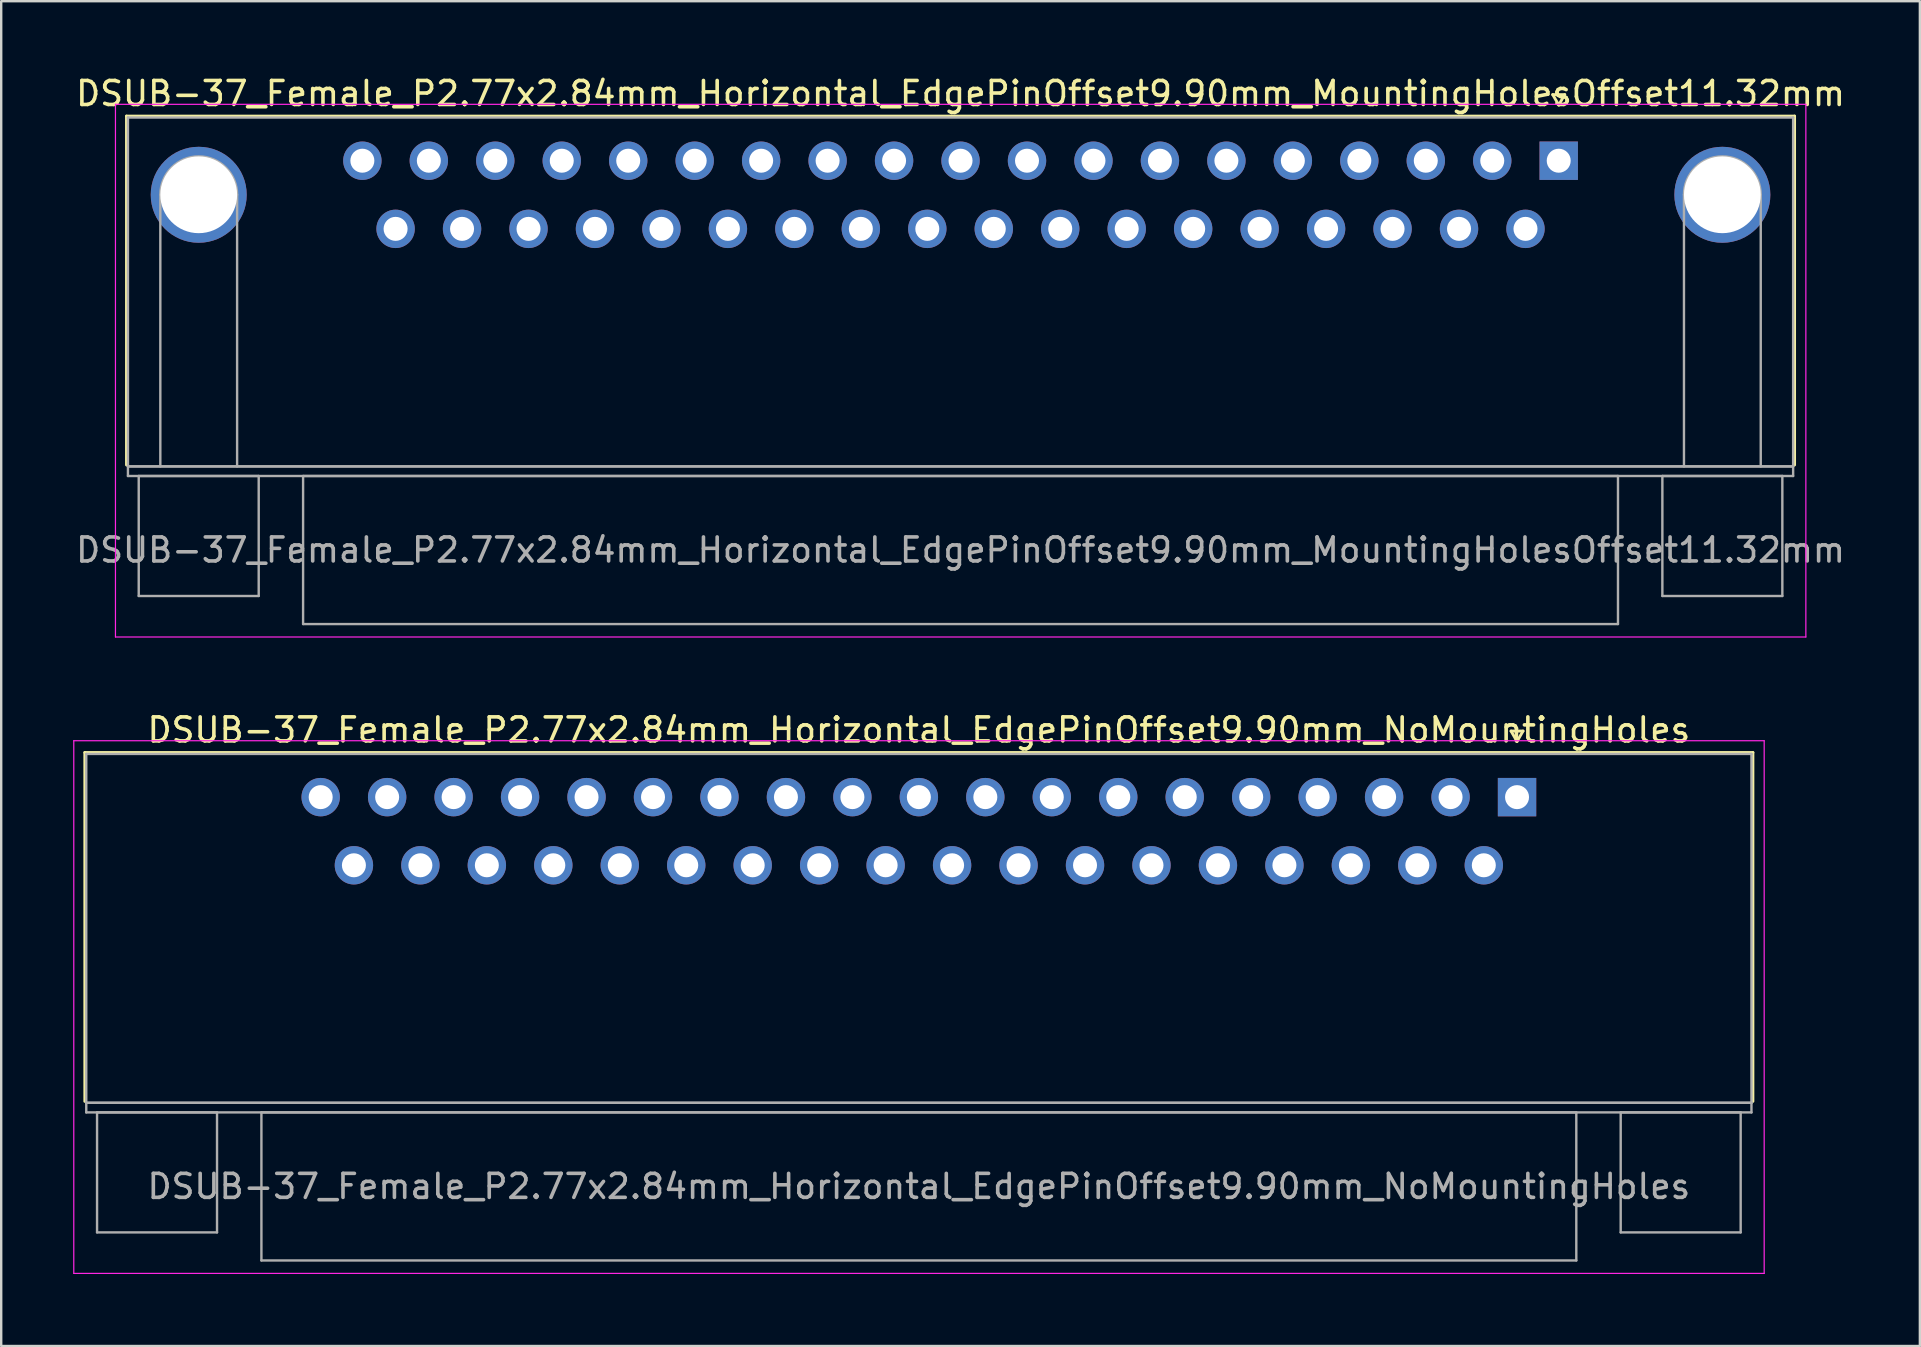
<source format=kicad_pcb>
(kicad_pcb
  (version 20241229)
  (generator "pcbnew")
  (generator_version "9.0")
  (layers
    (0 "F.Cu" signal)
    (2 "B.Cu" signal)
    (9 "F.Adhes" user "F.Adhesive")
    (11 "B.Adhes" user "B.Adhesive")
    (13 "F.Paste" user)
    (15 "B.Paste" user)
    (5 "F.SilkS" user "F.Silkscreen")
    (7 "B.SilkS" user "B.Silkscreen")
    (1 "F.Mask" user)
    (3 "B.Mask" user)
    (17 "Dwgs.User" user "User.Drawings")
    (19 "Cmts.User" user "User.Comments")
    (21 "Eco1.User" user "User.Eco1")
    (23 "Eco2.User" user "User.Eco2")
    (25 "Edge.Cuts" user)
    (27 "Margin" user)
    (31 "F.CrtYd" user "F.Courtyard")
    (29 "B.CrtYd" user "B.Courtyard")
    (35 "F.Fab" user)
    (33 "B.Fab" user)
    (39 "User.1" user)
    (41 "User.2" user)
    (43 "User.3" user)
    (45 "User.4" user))
  (footprint "DSUB-37_Female_P2.77x2.84mm_Horizontal_EdgePinOffset9.90mm_MountingHolesOffset11.32mm"
    (layer "F.Cu")
    (at 61.912 3.648)
    (property "Reference" "DSUB-37_Female_P2.77x2.84mm_Horizontal_EdgePinOffset9.90mm_MountingHolesOffset11.32mm" (at -24.93 -2.8 0) (layer "F.SilkS") (effects (font (size 1 1) (thickness 0.15))))
    (attr through_hole)
    (fp_line (start -59.69 -1.86) (end 9.83 -1.86) (stroke (width 0.12) (type solid)) (layer "F.SilkS"))
    (fp_line (start -59.69 12.68) (end -59.69 -1.86) (stroke (width 0.12) (type solid)) (layer "F.SilkS"))
    (fp_line (start -0.25 -2.754) (end 0.25 -2.754) (stroke (width 0.12) (type solid)) (layer "F.SilkS"))
    (fp_line (start 0 -2.321) (end -0.25 -2.754) (stroke (width 0.12) (type solid)) (layer "F.SilkS"))
    (fp_line (start 0.25 -2.754) (end 0 -2.321) (stroke (width 0.12) (type solid)) (layer "F.SilkS"))
    (fp_line (start 9.83 -1.86) (end 9.83 12.68) (stroke (width 0.12) (type solid)) (layer "F.SilkS"))
    (fp_line (start -60.15 -2.35) (end -60.15 19.85) (stroke (width 0.05) (type solid)) (layer "F.CrtYd"))
    (fp_line (start -60.15 19.85) (end 10.3 19.85) (stroke (width 0.05) (type solid)) (layer "F.CrtYd"))
    (fp_line (start 10.3 -2.35) (end -60.15 -2.35) (stroke (width 0.05) (type solid)) (layer "F.CrtYd"))
    (fp_line (start 10.3 19.85) (end 10.3 -2.35) (stroke (width 0.05) (type solid)) (layer "F.CrtYd"))
    (fp_line (start -59.63 -1.8) (end -59.63 12.74) (stroke (width 0.1) (type solid)) (layer "F.Fab"))
    (fp_line (start -59.63 12.74) (end -59.63 13.14) (stroke (width 0.1) (type solid)) (layer "F.Fab"))
    (fp_line (start -59.63 12.74) (end 9.77 12.74) (stroke (width 0.1) (type solid)) (layer "F.Fab"))
    (fp_line (start -59.63 13.14) (end 9.77 13.14) (stroke (width 0.1) (type solid)) (layer "F.Fab"))
    (fp_line (start -59.18 13.14) (end -59.18 18.14) (stroke (width 0.1) (type solid)) (layer "F.Fab"))
    (fp_line (start -59.18 18.14) (end -54.18 18.14) (stroke (width 0.1) (type solid)) (layer "F.Fab"))
    (fp_line (start -58.28 12.74) (end -58.28 1.42) (stroke (width 0.1) (type solid)) (layer "F.Fab"))
    (fp_line (start -55.08 12.74) (end -55.08 1.42) (stroke (width 0.1) (type solid)) (layer "F.Fab"))
    (fp_line (start -54.18 13.14) (end -59.18 13.14) (stroke (width 0.1) (type solid)) (layer "F.Fab"))
    (fp_line (start -54.18 18.14) (end -54.18 13.14) (stroke (width 0.1) (type solid)) (layer "F.Fab"))
    (fp_line (start -52.33 13.14) (end -52.33 19.31) (stroke (width 0.1) (type solid)) (layer "F.Fab"))
    (fp_line (start -52.33 19.31) (end 2.47 19.31) (stroke (width 0.1) (type solid)) (layer "F.Fab"))
    (fp_line (start 2.47 13.14) (end -52.33 13.14) (stroke (width 0.1) (type solid)) (layer "F.Fab"))
    (fp_line (start 2.47 19.31) (end 2.47 13.14) (stroke (width 0.1) (type solid)) (layer "F.Fab"))
    (fp_line (start 4.32 13.14) (end 4.32 18.14) (stroke (width 0.1) (type solid)) (layer "F.Fab"))
    (fp_line (start 4.32 18.14) (end 9.32 18.14) (stroke (width 0.1) (type solid)) (layer "F.Fab"))
    (fp_line (start 5.22 12.74) (end 5.22 1.42) (stroke (width 0.1) (type solid)) (layer "F.Fab"))
    (fp_line (start 8.42 12.74) (end 8.42 1.42) (stroke (width 0.1) (type solid)) (layer "F.Fab"))
    (fp_line (start 9.32 13.14) (end 4.32 13.14) (stroke (width 0.1) (type solid)) (layer "F.Fab"))
    (fp_line (start 9.32 18.14) (end 9.32 13.14) (stroke (width 0.1) (type solid)) (layer "F.Fab"))
    (fp_line (start 9.77 -1.8) (end -59.63 -1.8) (stroke (width 0.1) (type solid)) (layer "F.Fab"))
    (fp_line (start 9.77 12.74) (end -59.63 12.74) (stroke (width 0.1) (type solid)) (layer "F.Fab"))
    (fp_line (start 9.77 12.74) (end 9.77 -1.8) (stroke (width 0.1) (type solid)) (layer "F.Fab"))
    (fp_line (start 9.77 13.14) (end 9.77 12.74) (stroke (width 0.1) (type solid)) (layer "F.Fab"))
    (fp_arc (start -58.28 1.42) (mid -56.68 -0.18) (end -55.08 1.42) (stroke (width 0.1) (type solid)) (layer "F.Fab"))
    (fp_arc (start 5.22 1.42) (mid 6.82 -0.18) (end 8.42 1.42) (stroke (width 0.1) (type solid)) (layer "F.Fab"))
    (fp_text user "${REFERENCE}" (at -24.93 16.225 0) (layer "F.Fab") (effects (font (size 1 1) (thickness 0.15))))
    (pad "0" thru_hole circle (at -56.68 1.42) (size 4 4) (drill 3.2) (layers "*.Cu" "*.Mask"))
    (pad "0" thru_hole circle (at 6.82 1.42) (size 4 4) (drill 3.2) (layers "*.Cu" "*.Mask"))
    (pad "1" thru_hole rect (at 0 0) (size 1.6 1.6) (drill 1) (layers "*.Cu" "*.Mask"))
    (pad "2" thru_hole circle (at -2.77 0) (size 1.6 1.6) (drill 1) (layers "*.Cu" "*.Mask"))
    (pad "3" thru_hole circle (at -5.54 0) (size 1.6 1.6) (drill 1) (layers "*.Cu" "*.Mask"))
    (pad "4" thru_hole circle (at -8.31 0) (size 1.6 1.6) (drill 1) (layers "*.Cu" "*.Mask"))
    (pad "5" thru_hole circle (at -11.08 0) (size 1.6 1.6) (drill 1) (layers "*.Cu" "*.Mask"))
    (pad "6" thru_hole circle (at -13.85 0) (size 1.6 1.6) (drill 1) (layers "*.Cu" "*.Mask"))
    (pad "7" thru_hole circle (at -16.62 0) (size 1.6 1.6) (drill 1) (layers "*.Cu" "*.Mask"))
    (pad "8" thru_hole circle (at -19.39 0) (size 1.6 1.6) (drill 1) (layers "*.Cu" "*.Mask"))
    (pad "9" thru_hole circle (at -22.16 0) (size 1.6 1.6) (drill 1) (layers "*.Cu" "*.Mask"))
    (pad "10" thru_hole circle (at -24.93 0) (size 1.6 1.6) (drill 1) (layers "*.Cu" "*.Mask"))
    (pad "11" thru_hole circle (at -27.7 0) (size 1.6 1.6) (drill 1) (layers "*.Cu" "*.Mask"))
    (pad "12" thru_hole circle (at -30.47 0) (size 1.6 1.6) (drill 1) (layers "*.Cu" "*.Mask"))
    (pad "13" thru_hole circle (at -33.24 0) (size 1.6 1.6) (drill 1) (layers "*.Cu" "*.Mask"))
    (pad "14" thru_hole circle (at -36.01 0) (size 1.6 1.6) (drill 1) (layers "*.Cu" "*.Mask"))
    (pad "15" thru_hole circle (at -38.78 0) (size 1.6 1.6) (drill 1) (layers "*.Cu" "*.Mask"))
    (pad "16" thru_hole circle (at -41.55 0) (size 1.6 1.6) (drill 1) (layers "*.Cu" "*.Mask"))
    (pad "17" thru_hole circle (at -44.32 0) (size 1.6 1.6) (drill 1) (layers "*.Cu" "*.Mask"))
    (pad "18" thru_hole circle (at -47.09 0) (size 1.6 1.6) (drill 1) (layers "*.Cu" "*.Mask"))
    (pad "19" thru_hole circle (at -49.86 0) (size 1.6 1.6) (drill 1) (layers "*.Cu" "*.Mask"))
    (pad "20" thru_hole circle (at -1.385 2.84) (size 1.6 1.6) (drill 1) (layers "*.Cu" "*.Mask"))
    (pad "21" thru_hole circle (at -4.155 2.84) (size 1.6 1.6) (drill 1) (layers "*.Cu" "*.Mask"))
    (pad "22" thru_hole circle (at -6.925 2.84) (size 1.6 1.6) (drill 1) (layers "*.Cu" "*.Mask"))
    (pad "23" thru_hole circle (at -9.695 2.84) (size 1.6 1.6) (drill 1) (layers "*.Cu" "*.Mask"))
    (pad "24" thru_hole circle (at -12.465 2.84) (size 1.6 1.6) (drill 1) (layers "*.Cu" "*.Mask"))
    (pad "25" thru_hole circle (at -15.235 2.84) (size 1.6 1.6) (drill 1) (layers "*.Cu" "*.Mask"))
    (pad "26" thru_hole circle (at -18.005 2.84) (size 1.6 1.6) (drill 1) (layers "*.Cu" "*.Mask"))
    (pad "27" thru_hole circle (at -20.775 2.84) (size 1.6 1.6) (drill 1) (layers "*.Cu" "*.Mask"))
    (pad "28" thru_hole circle (at -23.545 2.84) (size 1.6 1.6) (drill 1) (layers "*.Cu" "*.Mask"))
    (pad "29" thru_hole circle (at -26.315 2.84) (size 1.6 1.6) (drill 1) (layers "*.Cu" "*.Mask"))
    (pad "30" thru_hole circle (at -29.085 2.84) (size 1.6 1.6) (drill 1) (layers "*.Cu" "*.Mask"))
    (pad "31" thru_hole circle (at -31.855 2.84) (size 1.6 1.6) (drill 1) (layers "*.Cu" "*.Mask"))
    (pad "32" thru_hole circle (at -34.625 2.84) (size 1.6 1.6) (drill 1) (layers "*.Cu" "*.Mask"))
    (pad "33" thru_hole circle (at -37.395 2.84) (size 1.6 1.6) (drill 1) (layers "*.Cu" "*.Mask"))
    (pad "34" thru_hole circle (at -40.165 2.84) (size 1.6 1.6) (drill 1) (layers "*.Cu" "*.Mask"))
    (pad "35" thru_hole circle (at -42.935 2.84) (size 1.6 1.6) (drill 1) (layers "*.Cu" "*.Mask"))
    (pad "36" thru_hole circle (at -45.705 2.84) (size 1.6 1.6) (drill 1) (layers "*.Cu" "*.Mask"))
    (pad "37" thru_hole circle (at -48.475 2.84) (size 1.6 1.6) (drill 1) (layers "*.Cu" "*.Mask")))
  (footprint "DSUB-37_Female_P2.77x2.84mm_Horizontal_EdgePinOffset9.90mm_NoMountingHoles"
    (layer "F.Cu")
    (at 60.175 30.172)
    (property "Reference" "DSUB-37_Female_P2.77x2.84mm_Horizontal_EdgePinOffset9.90mm_NoMountingHoles" (at -24.93 -2.8 0) (layer "F.SilkS") (effects (font (size 1 1) (thickness 0.15))))
    (attr through_hole)
    (fp_line (start -59.69 -1.86) (end 9.83 -1.86) (stroke (width 0.12) (type solid)) (layer "F.SilkS"))
    (fp_line (start -59.69 12.68) (end -59.69 -1.86) (stroke (width 0.12) (type solid)) (layer "F.SilkS"))
    (fp_line (start -0.25 -2.754) (end 0.25 -2.754) (stroke (width 0.12) (type solid)) (layer "F.SilkS"))
    (fp_line (start 0 -2.321) (end -0.25 -2.754) (stroke (width 0.12) (type solid)) (layer "F.SilkS"))
    (fp_line (start 0.25 -2.754) (end 0 -2.321) (stroke (width 0.12) (type solid)) (layer "F.SilkS"))
    (fp_line (start 9.83 -1.86) (end 9.83 12.68) (stroke (width 0.12) (type solid)) (layer "F.SilkS"))
    (fp_line (start -60.15 -2.35) (end -60.15 19.85) (stroke (width 0.05) (type solid)) (layer "F.CrtYd"))
    (fp_line (start -60.15 19.85) (end 10.3 19.85) (stroke (width 0.05) (type solid)) (layer "F.CrtYd"))
    (fp_line (start 10.3 -2.35) (end -60.15 -2.35) (stroke (width 0.05) (type solid)) (layer "F.CrtYd"))
    (fp_line (start 10.3 19.85) (end 10.3 -2.35) (stroke (width 0.05) (type solid)) (layer "F.CrtYd"))
    (fp_line (start -59.63 -1.8) (end -59.63 12.74) (stroke (width 0.1) (type solid)) (layer "F.Fab"))
    (fp_line (start -59.63 12.74) (end -59.63 13.14) (stroke (width 0.1) (type solid)) (layer "F.Fab"))
    (fp_line (start -59.63 12.74) (end 9.77 12.74) (stroke (width 0.1) (type solid)) (layer "F.Fab"))
    (fp_line (start -59.63 13.14) (end 9.77 13.14) (stroke (width 0.1) (type solid)) (layer "F.Fab"))
    (fp_line (start -59.18 13.14) (end -59.18 18.14) (stroke (width 0.1) (type solid)) (layer "F.Fab"))
    (fp_line (start -59.18 18.14) (end -54.18 18.14) (stroke (width 0.1) (type solid)) (layer "F.Fab"))
    (fp_line (start -54.18 13.14) (end -59.18 13.14) (stroke (width 0.1) (type solid)) (layer "F.Fab"))
    (fp_line (start -54.18 18.14) (end -54.18 13.14) (stroke (width 0.1) (type solid)) (layer "F.Fab"))
    (fp_line (start -52.33 13.14) (end -52.33 19.31) (stroke (width 0.1) (type solid)) (layer "F.Fab"))
    (fp_line (start -52.33 19.31) (end 2.47 19.31) (stroke (width 0.1) (type solid)) (layer "F.Fab"))
    (fp_line (start 2.47 13.14) (end -52.33 13.14) (stroke (width 0.1) (type solid)) (layer "F.Fab"))
    (fp_line (start 2.47 19.31) (end 2.47 13.14) (stroke (width 0.1) (type solid)) (layer "F.Fab"))
    (fp_line (start 4.32 13.14) (end 4.32 18.14) (stroke (width 0.1) (type solid)) (layer "F.Fab"))
    (fp_line (start 4.32 18.14) (end 9.32 18.14) (stroke (width 0.1) (type solid)) (layer "F.Fab"))
    (fp_line (start 9.32 13.14) (end 4.32 13.14) (stroke (width 0.1) (type solid)) (layer "F.Fab"))
    (fp_line (start 9.32 18.14) (end 9.32 13.14) (stroke (width 0.1) (type solid)) (layer "F.Fab"))
    (fp_line (start 9.77 -1.8) (end -59.63 -1.8) (stroke (width 0.1) (type solid)) (layer "F.Fab"))
    (fp_line (start 9.77 12.74) (end -59.63 12.74) (stroke (width 0.1) (type solid)) (layer "F.Fab"))
    (fp_line (start 9.77 12.74) (end 9.77 -1.8) (stroke (width 0.1) (type solid)) (layer "F.Fab"))
    (fp_line (start 9.77 13.14) (end 9.77 12.74) (stroke (width 0.1) (type solid)) (layer "F.Fab"))
    (fp_text user "${REFERENCE}" (at -24.93 16.225 0) (layer "F.Fab") (effects (font (size 1 1) (thickness 0.15))))
    (pad "1" thru_hole rect (at 0 0) (size 1.6 1.6) (drill 1) (layers "*.Cu" "*.Mask"))
    (pad "2" thru_hole circle (at -2.77 0) (size 1.6 1.6) (drill 1) (layers "*.Cu" "*.Mask"))
    (pad "3" thru_hole circle (at -5.54 0) (size 1.6 1.6) (drill 1) (layers "*.Cu" "*.Mask"))
    (pad "4" thru_hole circle (at -8.31 0) (size 1.6 1.6) (drill 1) (layers "*.Cu" "*.Mask"))
    (pad "5" thru_hole circle (at -11.08 0) (size 1.6 1.6) (drill 1) (layers "*.Cu" "*.Mask"))
    (pad "6" thru_hole circle (at -13.85 0) (size 1.6 1.6) (drill 1) (layers "*.Cu" "*.Mask"))
    (pad "7" thru_hole circle (at -16.62 0) (size 1.6 1.6) (drill 1) (layers "*.Cu" "*.Mask"))
    (pad "8" thru_hole circle (at -19.39 0) (size 1.6 1.6) (drill 1) (layers "*.Cu" "*.Mask"))
    (pad "9" thru_hole circle (at -22.16 0) (size 1.6 1.6) (drill 1) (layers "*.Cu" "*.Mask"))
    (pad "10" thru_hole circle (at -24.93 0) (size 1.6 1.6) (drill 1) (layers "*.Cu" "*.Mask"))
    (pad "11" thru_hole circle (at -27.7 0) (size 1.6 1.6) (drill 1) (layers "*.Cu" "*.Mask"))
    (pad "12" thru_hole circle (at -30.47 0) (size 1.6 1.6) (drill 1) (layers "*.Cu" "*.Mask"))
    (pad "13" thru_hole circle (at -33.24 0) (size 1.6 1.6) (drill 1) (layers "*.Cu" "*.Mask"))
    (pad "14" thru_hole circle (at -36.01 0) (size 1.6 1.6) (drill 1) (layers "*.Cu" "*.Mask"))
    (pad "15" thru_hole circle (at -38.78 0) (size 1.6 1.6) (drill 1) (layers "*.Cu" "*.Mask"))
    (pad "16" thru_hole circle (at -41.55 0) (size 1.6 1.6) (drill 1) (layers "*.Cu" "*.Mask"))
    (pad "17" thru_hole circle (at -44.32 0) (size 1.6 1.6) (drill 1) (layers "*.Cu" "*.Mask"))
    (pad "18" thru_hole circle (at -47.09 0) (size 1.6 1.6) (drill 1) (layers "*.Cu" "*.Mask"))
    (pad "19" thru_hole circle (at -49.86 0) (size 1.6 1.6) (drill 1) (layers "*.Cu" "*.Mask"))
    (pad "20" thru_hole circle (at -1.385 2.84) (size 1.6 1.6) (drill 1) (layers "*.Cu" "*.Mask"))
    (pad "21" thru_hole circle (at -4.155 2.84) (size 1.6 1.6) (drill 1) (layers "*.Cu" "*.Mask"))
    (pad "22" thru_hole circle (at -6.925 2.84) (size 1.6 1.6) (drill 1) (layers "*.Cu" "*.Mask"))
    (pad "23" thru_hole circle (at -9.695 2.84) (size 1.6 1.6) (drill 1) (layers "*.Cu" "*.Mask"))
    (pad "24" thru_hole circle (at -12.465 2.84) (size 1.6 1.6) (drill 1) (layers "*.Cu" "*.Mask"))
    (pad "25" thru_hole circle (at -15.235 2.84) (size 1.6 1.6) (drill 1) (layers "*.Cu" "*.Mask"))
    (pad "26" thru_hole circle (at -18.005 2.84) (size 1.6 1.6) (drill 1) (layers "*.Cu" "*.Mask"))
    (pad "27" thru_hole circle (at -20.775 2.84) (size 1.6 1.6) (drill 1) (layers "*.Cu" "*.Mask"))
    (pad "28" thru_hole circle (at -23.545 2.84) (size 1.6 1.6) (drill 1) (layers "*.Cu" "*.Mask"))
    (pad "29" thru_hole circle (at -26.315 2.84) (size 1.6 1.6) (drill 1) (layers "*.Cu" "*.Mask"))
    (pad "30" thru_hole circle (at -29.085 2.84) (size 1.6 1.6) (drill 1) (layers "*.Cu" "*.Mask"))
    (pad "31" thru_hole circle (at -31.855 2.84) (size 1.6 1.6) (drill 1) (layers "*.Cu" "*.Mask"))
    (pad "32" thru_hole circle (at -34.625 2.84) (size 1.6 1.6) (drill 1) (layers "*.Cu" "*.Mask"))
    (pad "33" thru_hole circle (at -37.395 2.84) (size 1.6 1.6) (drill 1) (layers "*.Cu" "*.Mask"))
    (pad "34" thru_hole circle (at -40.165 2.84) (size 1.6 1.6) (drill 1) (layers "*.Cu" "*.Mask"))
    (pad "35" thru_hole circle (at -42.935 2.84) (size 1.6 1.6) (drill 1) (layers "*.Cu" "*.Mask"))
    (pad "36" thru_hole circle (at -45.705 2.84) (size 1.6 1.6) (drill 1) (layers "*.Cu" "*.Mask"))
    (pad "37" thru_hole circle (at -48.475 2.84) (size 1.6 1.6) (drill 1) (layers "*.Cu" "*.Mask")))
  (gr_rect
    (start -3 -3)
    (end 76.964 53.047)
    (stroke (width 0.1) (type default))
    (fill no)
    (layer "Edge.Cuts")))
</source>
